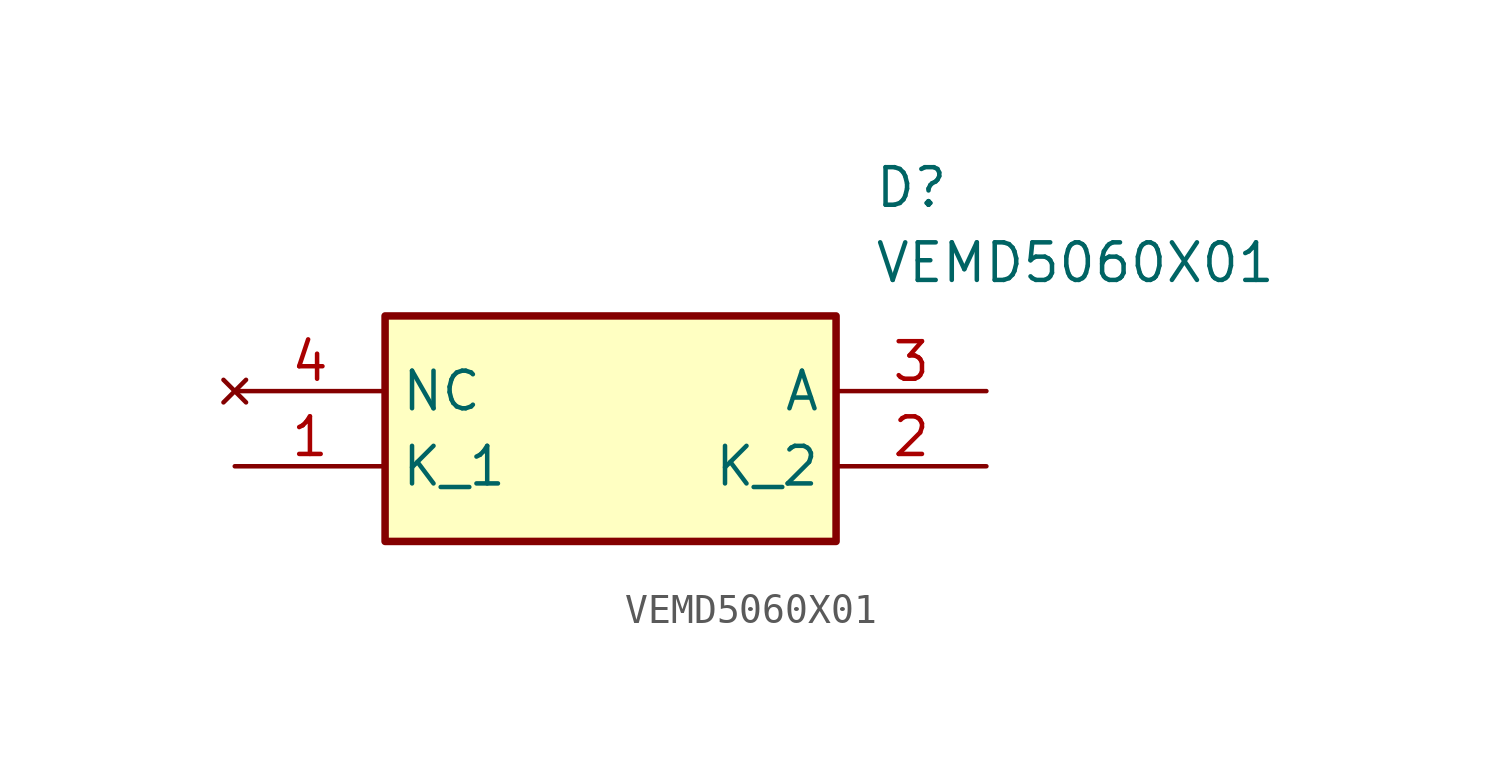
<source format=kicad_sym>
(kicad_symbol_lib
  (version 20211014)
  (generator SamacSys_ECAD_Model)
  (symbol "VEMD5060X01"
    (property "Reference" "D"
      (at 21.59 7.62 0)
      (effects (font (size 1.27 1.27)) (justify left top)))
    (property "Value" "VEMD5060X01"
      (at 21.59 5.08 0)
      (effects (font (size 1.27 1.27)) (justify left top)))
    (rectangle
      (start 5.08 2.54)
      (end 20.32 -5.08)
      (stroke (width 0.254) (type default))
      (fill (type background)))
    (pin passive line
      (at 0 -2.54 0)
      (length 5.08)
      (name "K_1" (effects (font (size 1.27 1.27))))
      (number "1" (effects (font (size 1.27 1.27)))))
    (pin passive line
      (at 25.4 -2.54 180)
      (length 5.08)
      (name "K_2" (effects (font (size 1.27 1.27))))
      (number "2" (effects (font (size 1.27 1.27)))))
    (pin passive line
      (at 25.4 0 180)
      (length 5.08)
      (name "A" (effects (font (size 1.27 1.27))))
      (number "3" (effects (font (size 1.27 1.27)))))
    (pin no_connect line
      (at 0 0 0)
      (length 5.08)
      (name "NC" (effects (font (size 1.27 1.27))))
      (number "4" (effects (font (size 1.27 1.27)))))))
</source>
